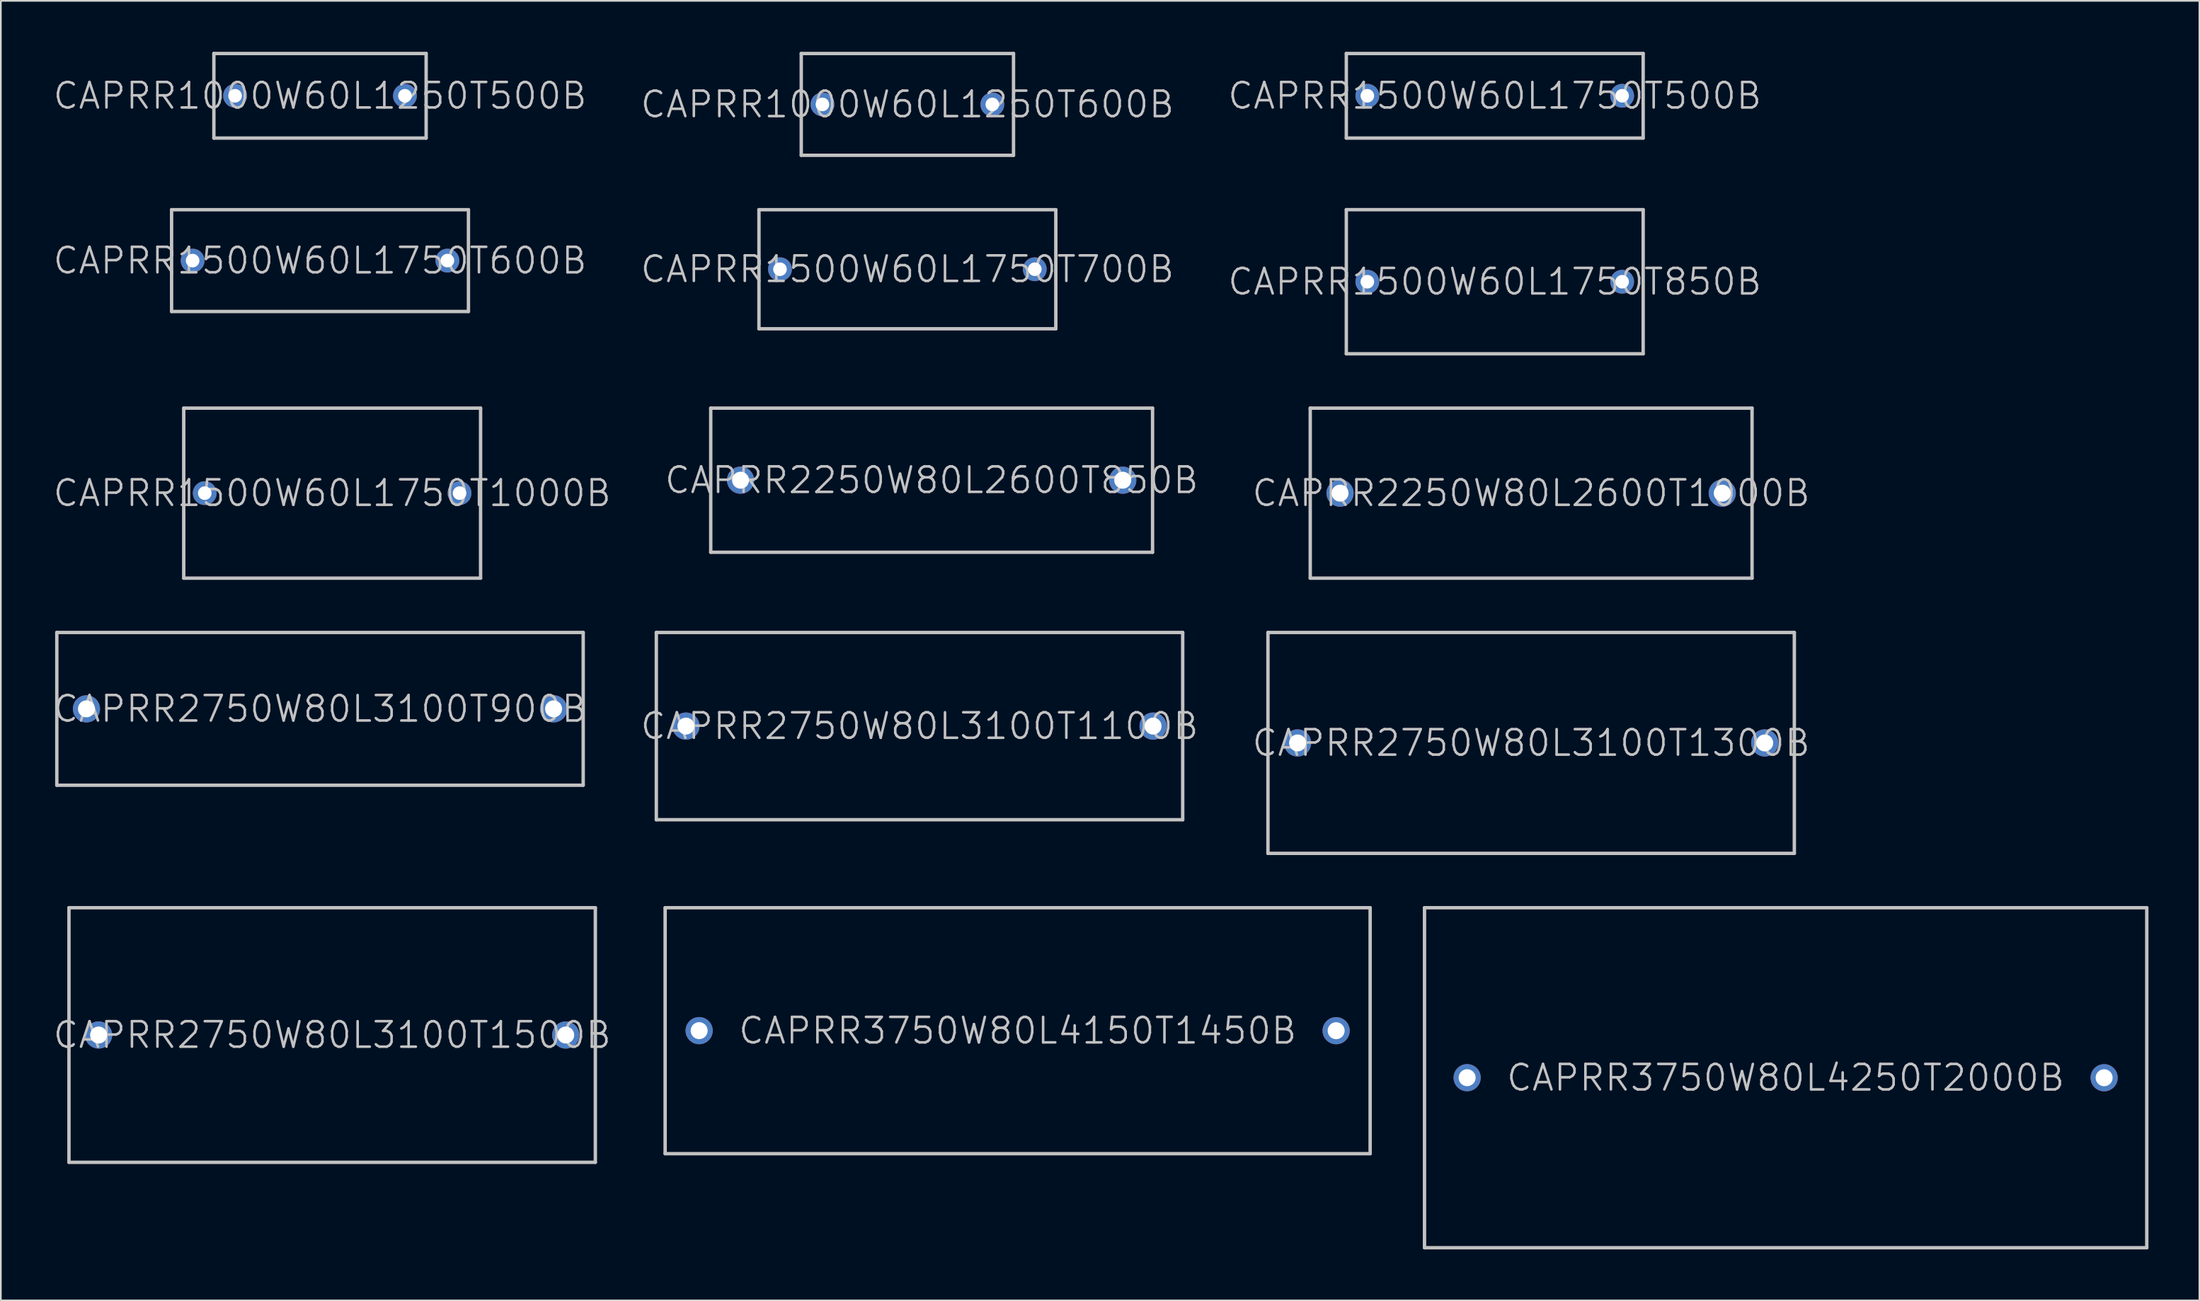
<source format=kicad_pcb>
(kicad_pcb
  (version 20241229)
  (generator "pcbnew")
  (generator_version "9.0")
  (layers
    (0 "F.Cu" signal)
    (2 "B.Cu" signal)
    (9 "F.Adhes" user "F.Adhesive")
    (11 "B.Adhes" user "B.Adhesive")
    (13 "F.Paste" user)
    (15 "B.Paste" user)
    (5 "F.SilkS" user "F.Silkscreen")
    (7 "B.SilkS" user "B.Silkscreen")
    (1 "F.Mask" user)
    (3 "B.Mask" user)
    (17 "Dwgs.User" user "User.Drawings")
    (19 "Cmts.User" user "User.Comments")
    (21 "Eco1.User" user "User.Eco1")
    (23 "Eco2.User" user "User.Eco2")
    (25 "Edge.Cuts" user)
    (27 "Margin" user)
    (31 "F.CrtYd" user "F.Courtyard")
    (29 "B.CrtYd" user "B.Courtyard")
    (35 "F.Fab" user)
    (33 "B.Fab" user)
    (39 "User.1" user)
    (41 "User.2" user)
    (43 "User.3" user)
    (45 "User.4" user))
  (footprint "CAPRR1500W60L1750T850B"
    (layer "F.Cu")
    (at 84.946 13.536)
    (property "Reference" "CAPRR1500W60L1750T850B" (at 0 0 0) (layer "Dwgs.User") (effects (font (size 1.5 1.5) (thickness 0.15))))
    (attr through_hole)
    (fp_line (start -8.738 -4.242) (end -8.738 4.242) (stroke (width 0.2) (type solid)) (layer "Dwgs.User"))
    (fp_line (start -8.738 -4.242) (end 8.738 -4.242) (stroke (width 0.2) (type solid)) (layer "Dwgs.User"))
    (fp_line (start -8.738 4.242) (end 8.738 4.242) (stroke (width 0.2) (type solid)) (layer "Dwgs.User"))
    (fp_line (start 8.738 -4.242) (end 8.738 4.242) (stroke (width 0.2) (type solid)) (layer "Dwgs.User"))
    (pad "1" thru_hole circle (at -7.5 0) (size 1.4 1.4) (drill 0.8) (layers "*.Cu" "*.Mask"))
    (pad "2" thru_hole circle (at 7.5 0) (size 1.4 1.4) (drill 0.8) (layers "*.Cu" "*.Mask")))
  (footprint "CAPRR1500W60L1750T500B"
    (layer "F.Cu")
    (at 84.946 2.589)
    (property "Reference" "CAPRR1500W60L1750T500B" (at 0 0 0) (layer "Dwgs.User") (effects (font (size 1.5 1.5) (thickness 0.15))))
    (attr through_hole)
    (fp_line (start -8.738 -2.489) (end -8.738 2.489) (stroke (width 0.2) (type solid)) (layer "Dwgs.User"))
    (fp_line (start -8.738 -2.489) (end 8.738 -2.489) (stroke (width 0.2) (type solid)) (layer "Dwgs.User"))
    (fp_line (start -8.738 2.489) (end 8.738 2.489) (stroke (width 0.2) (type solid)) (layer "Dwgs.User"))
    (fp_line (start 8.738 -2.489) (end 8.738 2.489) (stroke (width 0.2) (type solid)) (layer "Dwgs.User"))
    (pad "1" thru_hole circle (at -7.5 0) (size 1.4 1.4) (drill 0.8) (layers "*.Cu" "*.Mask"))
    (pad "2" thru_hole circle (at 7.5 0) (size 1.4 1.4) (drill 0.8) (layers "*.Cu" "*.Mask")))
  (footprint "CAPRR3750W80L4250T2000B"
    (layer "F.Cu")
    (at 102.071 60.398)
    (property "Reference" "CAPRR3750W80L4250T2000B" (at 0 0 0) (layer "Dwgs.User") (effects (font (size 1.5 1.5) (thickness 0.15))))
    (attr through_hole)
    (fp_line (start -21.26 -10.008) (end -21.26 10.008) (stroke (width 0.2) (type solid)) (layer "Dwgs.User"))
    (fp_line (start -21.26 -10.008) (end 21.26 -10.008) (stroke (width 0.2) (type solid)) (layer "Dwgs.User"))
    (fp_line (start -21.26 10.008) (end 21.26 10.008) (stroke (width 0.2) (type solid)) (layer "Dwgs.User"))
    (fp_line (start 21.26 -10.008) (end 21.26 10.008) (stroke (width 0.2) (type solid)) (layer "Dwgs.User"))
    (pad "1" thru_hole circle (at -18.75 -0.003) (size 1.6 1.6) (drill 1) (layers "*.Cu" "*.Mask"))
    (pad "2" thru_hole circle (at 18.75 0) (size 1.6 1.6) (drill 1) (layers "*.Cu" "*.Mask")))
  (footprint "CAPRR1000W60L1250T600B"
    (layer "F.Cu")
    (at 50.368 3.097)
    (property "Reference" "CAPRR1000W60L1250T600B" (at 0 0 0) (layer "Dwgs.User") (effects (font (size 1.5 1.5) (thickness 0.15))))
    (attr through_hole)
    (fp_line (start -6.248 -2.997) (end -6.248 2.997) (stroke (width 0.2) (type solid)) (layer "Dwgs.User"))
    (fp_line (start -6.248 -2.997) (end 6.248 -2.997) (stroke (width 0.2) (type solid)) (layer "Dwgs.User"))
    (fp_line (start -6.248 2.997) (end 6.248 2.997) (stroke (width 0.2) (type solid)) (layer "Dwgs.User"))
    (fp_line (start 6.248 -2.997) (end 6.248 2.997) (stroke (width 0.2) (type solid)) (layer "Dwgs.User"))
    (pad "1" thru_hole circle (at -5 0) (size 1.4 1.4) (drill 0.8) (layers "*.Cu" "*.Mask"))
    (pad "2" thru_hole circle (at 5 0) (size 1.4 1.4) (drill 0.8) (layers "*.Cu" "*.Mask")))
  (footprint "CAPRR1000W60L1250T500B"
    (layer "F.Cu")
    (at 15.789 2.589)
    (property "Reference" "CAPRR1000W60L1250T500B" (at 0 0 0) (layer "Dwgs.User") (effects (font (size 1.5 1.5) (thickness 0.15))))
    (attr through_hole)
    (fp_line (start -6.248 -2.489) (end -6.248 2.489) (stroke (width 0.2) (type solid)) (layer "Dwgs.User"))
    (fp_line (start -6.248 -2.489) (end 6.248 -2.489) (stroke (width 0.2) (type solid)) (layer "Dwgs.User"))
    (fp_line (start -6.248 2.489) (end 6.248 2.489) (stroke (width 0.2) (type solid)) (layer "Dwgs.User"))
    (fp_line (start 6.248 -2.489) (end 6.248 2.489) (stroke (width 0.2) (type solid)) (layer "Dwgs.User"))
    (pad "1" thru_hole circle (at -5 0) (size 1.4 1.4) (drill 0.8) (layers "*.Cu" "*.Mask"))
    (pad "2" thru_hole circle (at 5 0) (size 1.4 1.4) (drill 0.8) (layers "*.Cu" "*.Mask")))
  (footprint "CAPRR2750W80L3100T900B"
    (layer "F.Cu")
    (at 15.789 38.681)
    (property "Reference" "CAPRR2750W80L3100T900B" (at 0 0 0) (layer "Dwgs.User") (effects (font (size 1.5 1.5) (thickness 0.15))))
    (attr through_hole)
    (fp_line (start -15.494 -4.496) (end -15.494 4.496) (stroke (width 0.2) (type solid)) (layer "Dwgs.User"))
    (fp_line (start -15.494 -4.496) (end 15.494 -4.496) (stroke (width 0.2) (type solid)) (layer "Dwgs.User"))
    (fp_line (start -15.494 4.496) (end 15.494 4.496) (stroke (width 0.2) (type solid)) (layer "Dwgs.User"))
    (fp_line (start 15.494 -4.496) (end 15.494 4.496) (stroke (width 0.2) (type solid)) (layer "Dwgs.User"))
    (pad "1" thru_hole circle (at -13.75 0) (size 1.6 1.6) (drill 1) (layers "*.Cu" "*.Mask"))
    (pad "2" thru_hole circle (at 13.75 0) (size 1.6 1.6) (drill 1) (layers "*.Cu" "*.Mask")))
  (footprint "CAPRR1500W60L1750T700B"
    (layer "F.Cu")
    (at 50.368 12.8)
    (property "Reference" "CAPRR1500W60L1750T700B" (at 0 0 0) (layer "Dwgs.User") (effects (font (size 1.5 1.5) (thickness 0.15))))
    (attr through_hole)
    (fp_line (start -8.738 -3.505) (end -8.738 3.505) (stroke (width 0.2) (type solid)) (layer "Dwgs.User"))
    (fp_line (start -8.738 -3.505) (end 8.738 -3.505) (stroke (width 0.2) (type solid)) (layer "Dwgs.User"))
    (fp_line (start -8.738 3.505) (end 8.738 3.505) (stroke (width 0.2) (type solid)) (layer "Dwgs.User"))
    (fp_line (start 8.738 -3.505) (end 8.738 3.505) (stroke (width 0.2) (type solid)) (layer "Dwgs.User"))
    (pad "1" thru_hole circle (at -7.5 0) (size 1.4 1.4) (drill 0.8) (layers "*.Cu" "*.Mask"))
    (pad "2" thru_hole circle (at 7.5 0) (size 1.4 1.4) (drill 0.8) (layers "*.Cu" "*.Mask")))
  (footprint "CAPRR2750W80L3100T1300B"
    (layer "F.Cu")
    (at 87.089 40.688)
    (property "Reference" "CAPRR2750W80L3100T1300B" (at 0 0 0) (layer "Dwgs.User") (effects (font (size 1.5 1.5) (thickness 0.15))))
    (attr through_hole)
    (fp_line (start -15.494 -6.502) (end -15.494 6.502) (stroke (width 0.2) (type solid)) (layer "Dwgs.User"))
    (fp_line (start -15.494 -6.502) (end 15.494 -6.502) (stroke (width 0.2) (type solid)) (layer "Dwgs.User"))
    (fp_line (start -15.494 6.502) (end 15.494 6.502) (stroke (width 0.2) (type solid)) (layer "Dwgs.User"))
    (fp_line (start 15.494 -6.502) (end 15.494 6.502) (stroke (width 0.2) (type solid)) (layer "Dwgs.User"))
    (pad "1" thru_hole circle (at -13.75 0) (size 1.6 1.6) (drill 1) (layers "*.Cu" "*.Mask"))
    (pad "2" thru_hole circle (at 13.75 0) (size 1.6 1.6) (drill 1) (layers "*.Cu" "*.Mask")))
  (footprint "CAPRR2250W80L2600T1000B"
    (layer "F.Cu")
    (at 87.089 25.982)
    (property "Reference" "CAPRR2250W80L2600T1000B" (at 0 0 0) (layer "Dwgs.User") (effects (font (size 1.5 1.5) (thickness 0.15))))
    (attr through_hole)
    (fp_line (start -13.005 -5.004) (end -13.005 5.004) (stroke (width 0.2) (type solid)) (layer "Dwgs.User"))
    (fp_line (start -13.005 -5.004) (end 13.005 -5.004) (stroke (width 0.2) (type solid)) (layer "Dwgs.User"))
    (fp_line (start -13.005 5.004) (end 13.005 5.004) (stroke (width 0.2) (type solid)) (layer "Dwgs.User"))
    (fp_line (start 13.005 -5.004) (end 13.005 5.004) (stroke (width 0.2) (type solid)) (layer "Dwgs.User"))
    (pad "1" thru_hole circle (at -11.25 0) (size 1.6 1.6) (drill 1) (layers "*.Cu" "*.Mask"))
    (pad "2" thru_hole circle (at 11.25 0) (size 1.6 1.6) (drill 1) (layers "*.Cu" "*.Mask")))
  (footprint "CAPRR1500W60L1750T600B"
    (layer "F.Cu")
    (at 15.789 12.292)
    (property "Reference" "CAPRR1500W60L1750T600B" (at 0 0 0) (layer "Dwgs.User") (effects (font (size 1.5 1.5) (thickness 0.15))))
    (attr through_hole)
    (fp_line (start -8.738 -2.997) (end -8.738 2.997) (stroke (width 0.2) (type solid)) (layer "Dwgs.User"))
    (fp_line (start -8.738 -2.997) (end 8.738 -2.997) (stroke (width 0.2) (type solid)) (layer "Dwgs.User"))
    (fp_line (start -8.738 2.997) (end 8.738 2.997) (stroke (width 0.2) (type solid)) (layer "Dwgs.User"))
    (fp_line (start 8.738 -2.997) (end 8.738 2.997) (stroke (width 0.2) (type solid)) (layer "Dwgs.User"))
    (pad "1" thru_hole circle (at -7.5 0) (size 1.4 1.4) (drill 0.8) (layers "*.Cu" "*.Mask"))
    (pad "2" thru_hole circle (at 7.5 0) (size 1.4 1.4) (drill 0.8) (layers "*.Cu" "*.Mask")))
  (footprint "CAPRR2750W80L3100T1500B"
    (layer "F.Cu")
    (at 16.504 57.883)
    (property "Reference" "CAPRR2750W80L3100T1500B" (at 0 0 0) (layer "Dwgs.User") (effects (font (size 1.5 1.5) (thickness 0.15))))
    (attr through_hole)
    (fp_line (start -15.494 -7.493) (end -15.494 7.493) (stroke (width 0.2) (type solid)) (layer "Dwgs.User"))
    (fp_line (start -15.494 -7.493) (end 15.494 -7.493) (stroke (width 0.2) (type solid)) (layer "Dwgs.User"))
    (fp_line (start -15.494 7.493) (end 15.494 7.493) (stroke (width 0.2) (type solid)) (layer "Dwgs.User"))
    (fp_line (start 15.494 -7.493) (end 15.494 7.493) (stroke (width 0.2) (type solid)) (layer "Dwgs.User"))
    (pad "1" thru_hole circle (at -13.75 0) (size 1.6 1.6) (drill 1) (layers "*.Cu" "*.Mask"))
    (pad "2" thru_hole circle (at 13.75 0) (size 1.6 1.6) (drill 1) (layers "*.Cu" "*.Mask")))
  (footprint "CAPRR2250W80L2600T850B"
    (layer "F.Cu")
    (at 51.796 25.22)
    (property "Reference" "CAPRR2250W80L2600T850B" (at 0 0 0) (layer "Dwgs.User") (effects (font (size 1.5 1.5) (thickness 0.15))))
    (attr through_hole)
    (fp_line (start -13.005 -4.242) (end -13.005 4.242) (stroke (width 0.2) (type solid)) (layer "Dwgs.User"))
    (fp_line (start -13.005 -4.242) (end 13.005 -4.242) (stroke (width 0.2) (type solid)) (layer "Dwgs.User"))
    (fp_line (start -13.005 4.242) (end 13.005 4.242) (stroke (width 0.2) (type solid)) (layer "Dwgs.User"))
    (fp_line (start 13.005 -4.242) (end 13.005 4.242) (stroke (width 0.2) (type solid)) (layer "Dwgs.User"))
    (pad "1" thru_hole circle (at -11.25 0) (size 1.6 1.6) (drill 1) (layers "*.Cu" "*.Mask"))
    (pad "2" thru_hole circle (at 11.25 0) (size 1.6 1.6) (drill 1) (layers "*.Cu" "*.Mask")))
  (footprint "CAPRR2750W80L3100T1100B"
    (layer "F.Cu")
    (at 51.082 39.697)
    (property "Reference" "CAPRR2750W80L3100T1100B" (at 0 0 0) (layer "Dwgs.User") (effects (font (size 1.5 1.5) (thickness 0.15))))
    (attr through_hole)
    (fp_line (start -15.494 -5.512) (end -15.494 5.512) (stroke (width 0.2) (type solid)) (layer "Dwgs.User"))
    (fp_line (start -15.494 -5.512) (end 15.494 -5.512) (stroke (width 0.2) (type solid)) (layer "Dwgs.User"))
    (fp_line (start -15.494 5.512) (end 15.494 5.512) (stroke (width 0.2) (type solid)) (layer "Dwgs.User"))
    (fp_line (start 15.494 -5.512) (end 15.494 5.512) (stroke (width 0.2) (type solid)) (layer "Dwgs.User"))
    (pad "1" thru_hole circle (at -13.75 0) (size 1.6 1.6) (drill 1) (layers "*.Cu" "*.Mask"))
    (pad "2" thru_hole circle (at 13.75 0) (size 1.6 1.6) (drill 1) (layers "*.Cu" "*.Mask")))
  (footprint "CAPRR1500W60L1750T1000B"
    (layer "F.Cu")
    (at 16.504 25.982)
    (property "Reference" "CAPRR1500W60L1750T1000B" (at 0 0 0) (layer "Dwgs.User") (effects (font (size 1.5 1.5) (thickness 0.15))))
    (attr through_hole)
    (fp_line (start -8.738 -5.004) (end -8.738 5.004) (stroke (width 0.2) (type solid)) (layer "Dwgs.User"))
    (fp_line (start -8.738 -5.004) (end 8.738 -5.004) (stroke (width 0.2) (type solid)) (layer "Dwgs.User"))
    (fp_line (start -8.738 5.004) (end 8.738 5.004) (stroke (width 0.2) (type solid)) (layer "Dwgs.User"))
    (fp_line (start 8.738 -5.004) (end 8.738 5.004) (stroke (width 0.2) (type solid)) (layer "Dwgs.User"))
    (pad "1" thru_hole circle (at -7.5 0) (size 1.4 1.4) (drill 0.8) (layers "*.Cu" "*.Mask"))
    (pad "2" thru_hole circle (at 7.5 0) (size 1.4 1.4) (drill 0.8) (layers "*.Cu" "*.Mask")))
  (footprint "CAPRR3750W80L4150T1450B"
    (layer "F.Cu")
    (at 56.859 57.629)
    (property "Reference" "CAPRR3750W80L4150T1450B" (at 0 0 0) (layer "Dwgs.User") (effects (font (size 1.5 1.5) (thickness 0.15))))
    (attr through_hole)
    (fp_line (start -20.752 -7.239) (end -20.752 7.239) (stroke (width 0.2) (type solid)) (layer "Dwgs.User"))
    (fp_line (start -20.752 -7.239) (end 20.752 -7.239) (stroke (width 0.2) (type solid)) (layer "Dwgs.User"))
    (fp_line (start -20.752 7.239) (end 20.752 7.239) (stroke (width 0.2) (type solid)) (layer "Dwgs.User"))
    (fp_line (start 20.752 -7.239) (end 20.752 7.239) (stroke (width 0.2) (type solid)) (layer "Dwgs.User"))
    (pad "1" thru_hole circle (at -18.75 -0.003) (size 1.6 1.6) (drill 1) (layers "*.Cu" "*.Mask"))
    (pad "2" thru_hole circle (at 18.75 0) (size 1.6 1.6) (drill 1) (layers "*.Cu" "*.Mask")))
  (gr_rect
    (start -3 -3)
    (end 126.43 73.506)
    (stroke (width 0.1) (type default))
    (fill no)
    (layer "Edge.Cuts")))
</source>
